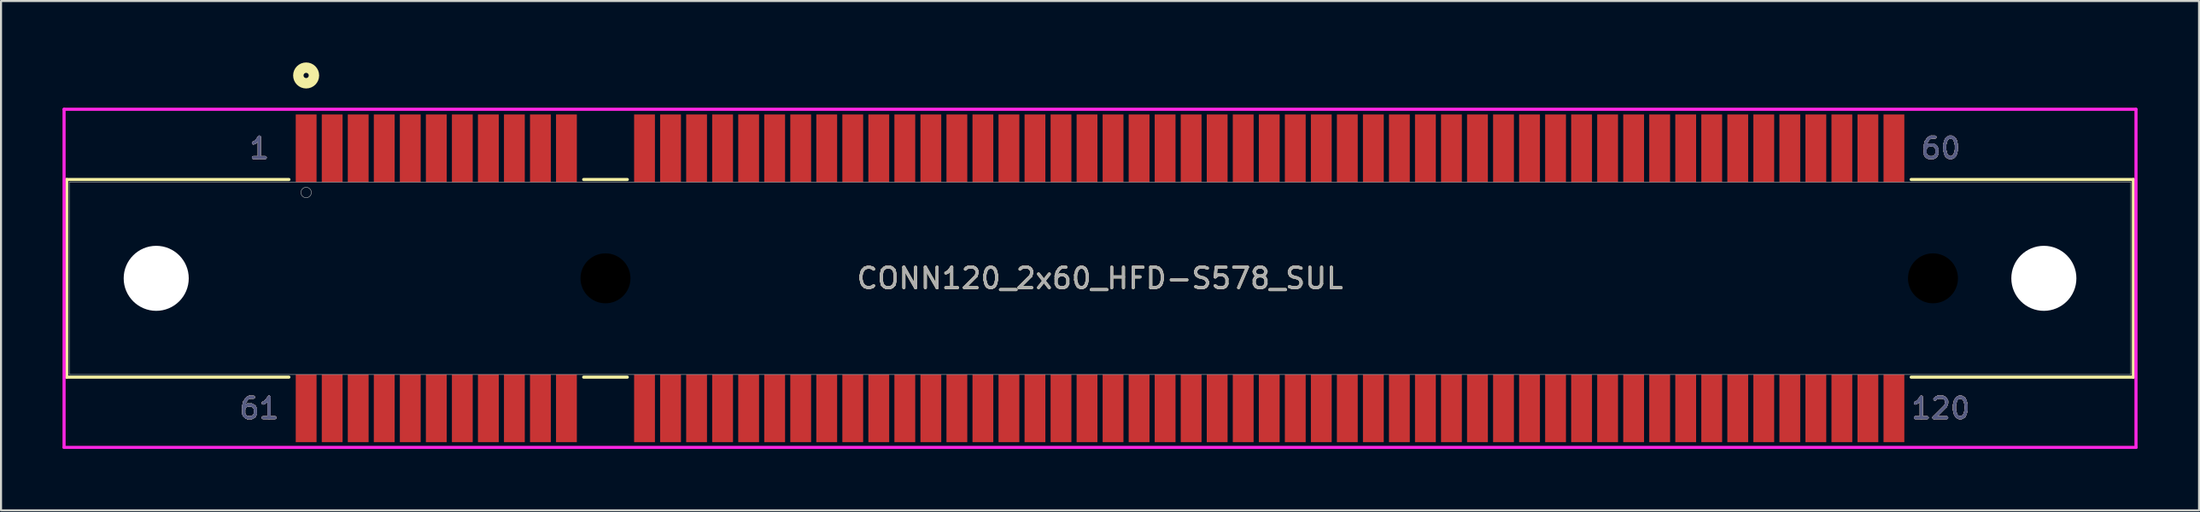
<source format=kicad_pcb>
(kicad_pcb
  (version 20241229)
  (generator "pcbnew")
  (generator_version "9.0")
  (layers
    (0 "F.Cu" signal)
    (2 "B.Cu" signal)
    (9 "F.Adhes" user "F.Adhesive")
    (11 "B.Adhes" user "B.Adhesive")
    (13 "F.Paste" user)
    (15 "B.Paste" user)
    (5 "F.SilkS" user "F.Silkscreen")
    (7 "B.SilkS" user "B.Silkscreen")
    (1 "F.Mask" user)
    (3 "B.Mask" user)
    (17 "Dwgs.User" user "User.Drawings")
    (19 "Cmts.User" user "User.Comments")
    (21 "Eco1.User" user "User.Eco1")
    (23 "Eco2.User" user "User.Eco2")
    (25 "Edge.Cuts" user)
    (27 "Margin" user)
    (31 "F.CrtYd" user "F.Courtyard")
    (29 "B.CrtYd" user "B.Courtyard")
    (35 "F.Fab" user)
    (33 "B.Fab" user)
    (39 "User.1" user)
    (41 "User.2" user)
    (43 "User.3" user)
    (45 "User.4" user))
  (footprint "CONN120_2x60_HFD-S578_SUL"
    (layer "F.Cu")
    (at 50.622 10.541)
    (property "Reference" "CONN120_2x60_HFD-S578_SUL" (at 0 0 0) (unlocked yes) (layer "F.SilkS") (effects (font (size 1 1) (thickness 0.15))))
    (attr smd)
    (fp_line (start -50.419 -4.826) (end -50.419 4.826) (stroke (width 0.152) (type solid)) (layer "F.SilkS"))
    (fp_line (start -50.419 4.826) (end -39.576 4.826) (stroke (width 0.152) (type solid)) (layer "F.SilkS"))
    (fp_line (start -39.576 -4.826) (end -50.419 -4.826) (stroke (width 0.152) (type solid)) (layer "F.SilkS"))
    (fp_line (start -25.194 4.826) (end -23.066 4.826) (stroke (width 0.152) (type solid)) (layer "F.SilkS"))
    (fp_line (start -23.066 -4.826) (end -25.194 -4.826) (stroke (width 0.152) (type solid)) (layer "F.SilkS"))
    (fp_line (start 39.576 4.826) (end 50.419 4.826) (stroke (width 0.152) (type solid)) (layer "F.SilkS"))
    (fp_line (start 50.419 -4.826) (end 39.576 -4.826) (stroke (width 0.152) (type solid)) (layer "F.SilkS"))
    (fp_line (start 50.419 4.826) (end 50.419 -4.826) (stroke (width 0.152) (type solid)) (layer "F.SilkS"))
    (fp_circle (center -38.735 -9.906) (end -38.354 -9.906) (stroke (width 0.508) (type solid)) (fill no) (layer "F.SilkS"))
    (fp_line (start -50.546 -8.255) (end -50.546 8.255) (stroke (width 0.152) (type solid)) (layer "F.CrtYd"))
    (fp_line (start -50.546 8.255) (end 50.546 8.255) (stroke (width 0.152) (type solid)) (layer "F.CrtYd"))
    (fp_line (start 50.546 -8.255) (end -50.546 -8.255) (stroke (width 0.152) (type solid)) (layer "F.CrtYd"))
    (fp_line (start 50.546 8.255) (end 50.546 -8.255) (stroke (width 0.152) (type solid)) (layer "F.CrtYd"))
    (fp_line (start -50.292 -4.699) (end -50.292 4.699) (stroke (width 0.025) (type solid)) (layer "F.Fab"))
    (fp_line (start -50.292 4.699) (end 50.292 4.699) (stroke (width 0.025) (type solid)) (layer "F.Fab"))
    (fp_line (start 50.292 -4.699) (end -50.292 -4.699) (stroke (width 0.025) (type solid)) (layer "F.Fab"))
    (fp_line (start 50.292 4.699) (end 50.292 -4.699) (stroke (width 0.025) (type solid)) (layer "F.Fab"))
    (fp_circle (center -38.735 -4.191) (end -38.481 -4.191) (stroke (width 0.025) (type solid)) (fill no) (layer "F.Fab"))
    (fp_text user "120" (at 41.021 6.35 0) (unlocked yes) (layer "F.SilkS") (effects (font (size 1 1) (thickness 0.15))))
    (fp_text user "1" (at -41.021 -6.35 0) (unlocked yes) (layer "F.SilkS") (effects (font (size 1 1) (thickness 0.15))))
    (fp_text user "61" (at -41.021 6.35 0) (unlocked yes) (layer "F.SilkS") (effects (font (size 1 1) (thickness 0.15))))
    (fp_text user "60" (at 41.021 -6.35 0) (unlocked yes) (layer "F.SilkS") (effects (font (size 1 1) (thickness 0.15))))
    (fp_text user "120" (at 41.021 6.35 0) (unlocked yes) (layer "B.SilkS") (effects (font (size 1 1) (thickness 0.15))))
    (fp_text user "60" (at 41.021 -6.35 0) (unlocked yes) (layer "B.SilkS") (effects (font (size 1 1) (thickness 0.15))))
    (fp_text user "1" (at -41.021 -6.35 0) (unlocked yes) (layer "B.SilkS") (effects (font (size 1 1) (thickness 0.15))))
    (fp_text user "61" (at -41.021 6.35 0) (unlocked yes) (layer "B.SilkS") (effects (font (size 1 1) (thickness 0.15))))
    (fp_text user "61" (at -41.021 6.35 0) (unlocked yes) (layer "B.Fab") (effects (font (size 1 1) (thickness 0.15))))
    (fp_text user "1" (at -41.021 -6.35 0) (unlocked yes) (layer "B.Fab") (effects (font (size 1 1) (thickness 0.15))))
    (fp_text user "60" (at 41.021 -6.35 0) (unlocked yes) (layer "B.Fab") (effects (font (size 1 1) (thickness 0.15))))
    (fp_text user "120" (at 41.021 6.35 0) (unlocked yes) (layer "B.Fab") (effects (font (size 1 1) (thickness 0.15))))
    (fp_text user "${REFERENCE}" (at 0 0 0) (unlocked yes) (layer "F.Fab") (effects (font (size 1 1) (thickness 0.15))))
    (fp_text user "61" (at -41.021 6.35 0) (unlocked yes) (layer "F.Fab") (effects (font (size 1 1) (thickness 0.15))))
    (fp_text user "60" (at 41.021 -6.35 0) (unlocked yes) (layer "F.Fab") (effects (font (size 1 1) (thickness 0.15))))
    (fp_text user "1" (at -41.021 -6.35 0) (unlocked yes) (layer "F.Fab") (effects (font (size 1 1) (thickness 0.15))))
    (fp_text user "120" (at 41.021 6.35 0) (unlocked yes) (layer "F.Fab") (effects (font (size 1 1) (thickness 0.15))))
    (pad "" np_thru_hole circle (at -46.05 0) (size 3.175 3.175) (drill 3.175) (layers "*.Cu" "*.Mask"))
    (pad "" np_thru_hole circle (at -24.13 0) (size 2.438 2.438) (drill 2.438) (layers))
    (pad "" np_thru_hole circle (at 40.64 0) (size 2.438 2.438) (drill 2.438) (layers))
    (pad "" np_thru_hole circle (at 46.05 0) (size 3.175 3.175) (drill 3.175) (layers "*.Cu" "*.Mask"))
    (pad "1" smd rect (at -38.735 -6.35) (size 1.016 3.302) (layers "F.Cu" "F.Mask" "F.Paste"))
    (pad "2" smd rect (at -37.465 -6.35) (size 1.016 3.302) (layers "F.Cu" "F.Mask" "F.Paste"))
    (pad "3" smd rect (at -36.195 -6.35) (size 1.016 3.302) (layers "F.Cu" "F.Mask" "F.Paste"))
    (pad "4" smd rect (at -34.925 -6.35) (size 1.016 3.302) (layers "F.Cu" "F.Mask" "F.Paste"))
    (pad "5" smd rect (at -33.655 -6.35) (size 1.016 3.302) (layers "F.Cu" "F.Mask" "F.Paste"))
    (pad "6" smd rect (at -32.385 -6.35) (size 1.016 3.302) (layers "F.Cu" "F.Mask" "F.Paste"))
    (pad "7" smd rect (at -31.115 -6.35) (size 1.016 3.302) (layers "F.Cu" "F.Mask" "F.Paste"))
    (pad "8" smd rect (at -29.845 -6.35) (size 1.016 3.302) (layers "F.Cu" "F.Mask" "F.Paste"))
    (pad "9" smd rect (at -28.575 -6.35) (size 1.016 3.302) (layers "F.Cu" "F.Mask" "F.Paste"))
    (pad "10" smd rect (at -27.305 -6.35) (size 1.016 3.302) (layers "F.Cu" "F.Mask" "F.Paste"))
    (pad "11" smd rect (at -26.035 -6.35) (size 1.016 3.302) (layers "F.Cu" "F.Mask" "F.Paste"))
    (pad "12" smd rect (at -22.225 -6.35) (size 1.016 3.302) (layers "F.Cu" "F.Mask" "F.Paste"))
    (pad "13" smd rect (at -20.955 -6.35) (size 1.016 3.302) (layers "F.Cu" "F.Mask" "F.Paste"))
    (pad "14" smd rect (at -19.685 -6.35) (size 1.016 3.302) (layers "F.Cu" "F.Mask" "F.Paste"))
    (pad "15" smd rect (at -18.415 -6.35) (size 1.016 3.302) (layers "F.Cu" "F.Mask" "F.Paste"))
    (pad "16" smd rect (at -17.145 -6.35) (size 1.016 3.302) (layers "F.Cu" "F.Mask" "F.Paste"))
    (pad "17" smd rect (at -15.875 -6.35) (size 1.016 3.302) (layers "F.Cu" "F.Mask" "F.Paste"))
    (pad "18" smd rect (at -14.605 -6.35) (size 1.016 3.302) (layers "F.Cu" "F.Mask" "F.Paste"))
    (pad "19" smd rect (at -13.335 -6.35) (size 1.016 3.302) (layers "F.Cu" "F.Mask" "F.Paste"))
    (pad "20" smd rect (at -12.065 -6.35) (size 1.016 3.302) (layers "F.Cu" "F.Mask" "F.Paste"))
    (pad "21" smd rect (at -10.795 -6.35) (size 1.016 3.302) (layers "F.Cu" "F.Mask" "F.Paste"))
    (pad "22" smd rect (at -9.525 -6.35) (size 1.016 3.302) (layers "F.Cu" "F.Mask" "F.Paste"))
    (pad "23" smd rect (at -8.255 -6.35) (size 1.016 3.302) (layers "F.Cu" "F.Mask" "F.Paste"))
    (pad "24" smd rect (at -6.985 -6.35) (size 1.016 3.302) (layers "F.Cu" "F.Mask" "F.Paste"))
    (pad "25" smd rect (at -5.715 -6.35) (size 1.016 3.302) (layers "F.Cu" "F.Mask" "F.Paste"))
    (pad "26" smd rect (at -4.445 -6.35) (size 1.016 3.302) (layers "F.Cu" "F.Mask" "F.Paste"))
    (pad "27" smd rect (at -3.175 -6.35) (size 1.016 3.302) (layers "F.Cu" "F.Mask" "F.Paste"))
    (pad "28" smd rect (at -1.905 -6.35) (size 1.016 3.302) (layers "F.Cu" "F.Mask" "F.Paste"))
    (pad "29" smd rect (at -0.635 -6.35) (size 1.016 3.302) (layers "F.Cu" "F.Mask" "F.Paste"))
    (pad "30" smd rect (at 0.635 -6.35) (size 1.016 3.302) (layers "F.Cu" "F.Mask" "F.Paste"))
    (pad "31" smd rect (at 1.905 -6.35) (size 1.016 3.302) (layers "F.Cu" "F.Mask" "F.Paste"))
    (pad "32" smd rect (at 3.175 -6.35) (size 1.016 3.302) (layers "F.Cu" "F.Mask" "F.Paste"))
    (pad "33" smd rect (at 4.445 -6.35) (size 1.016 3.302) (layers "F.Cu" "F.Mask" "F.Paste"))
    (pad "34" smd rect (at 5.715 -6.35) (size 1.016 3.302) (layers "F.Cu" "F.Mask" "F.Paste"))
    (pad "35" smd rect (at 6.985 -6.35) (size 1.016 3.302) (layers "F.Cu" "F.Mask" "F.Paste"))
    (pad "36" smd rect (at 8.255 -6.35) (size 1.016 3.302) (layers "F.Cu" "F.Mask" "F.Paste"))
    (pad "37" smd rect (at 9.525 -6.35) (size 1.016 3.302) (layers "F.Cu" "F.Mask" "F.Paste"))
    (pad "38" smd rect (at 10.795 -6.35) (size 1.016 3.302) (layers "F.Cu" "F.Mask" "F.Paste"))
    (pad "39" smd rect (at 12.065 -6.35) (size 1.016 3.302) (layers "F.Cu" "F.Mask" "F.Paste"))
    (pad "40" smd rect (at 13.335 -6.35) (size 1.016 3.302) (layers "F.Cu" "F.Mask" "F.Paste"))
    (pad "41" smd rect (at 14.605 -6.35) (size 1.016 3.302) (layers "F.Cu" "F.Mask" "F.Paste"))
    (pad "42" smd rect (at 15.875 -6.35) (size 1.016 3.302) (layers "F.Cu" "F.Mask" "F.Paste"))
    (pad "43" smd rect (at 17.145 -6.35) (size 1.016 3.302) (layers "F.Cu" "F.Mask" "F.Paste"))
    (pad "44" smd rect (at 18.415 -6.35) (size 1.016 3.302) (layers "F.Cu" "F.Mask" "F.Paste"))
    (pad "45" smd rect (at 19.685 -6.35) (size 1.016 3.302) (layers "F.Cu" "F.Mask" "F.Paste"))
    (pad "46" smd rect (at 20.955 -6.35) (size 1.016 3.302) (layers "F.Cu" "F.Mask" "F.Paste"))
    (pad "47" smd rect (at 22.225 -6.35) (size 1.016 3.302) (layers "F.Cu" "F.Mask" "F.Paste"))
    (pad "48" smd rect (at 23.495 -6.35) (size 1.016 3.302) (layers "F.Cu" "F.Mask" "F.Paste"))
    (pad "49" smd rect (at 24.765 -6.35) (size 1.016 3.302) (layers "F.Cu" "F.Mask" "F.Paste"))
    (pad "50" smd rect (at 26.035 -6.35) (size 1.016 3.302) (layers "F.Cu" "F.Mask" "F.Paste"))
    (pad "51" smd rect (at 27.305 -6.35) (size 1.016 3.302) (layers "F.Cu" "F.Mask" "F.Paste"))
    (pad "52" smd rect (at 28.575 -6.35) (size 1.016 3.302) (layers "F.Cu" "F.Mask" "F.Paste"))
    (pad "53" smd rect (at 29.845 -6.35) (size 1.016 3.302) (layers "F.Cu" "F.Mask" "F.Paste"))
    (pad "54" smd rect (at 31.115 -6.35) (size 1.016 3.302) (layers "F.Cu" "F.Mask" "F.Paste"))
    (pad "55" smd rect (at 32.385 -6.35) (size 1.016 3.302) (layers "F.Cu" "F.Mask" "F.Paste"))
    (pad "56" smd rect (at 33.655 -6.35) (size 1.016 3.302) (layers "F.Cu" "F.Mask" "F.Paste"))
    (pad "57" smd rect (at 34.925 -6.35) (size 1.016 3.302) (layers "F.Cu" "F.Mask" "F.Paste"))
    (pad "58" smd rect (at 36.195 -6.35) (size 1.016 3.302) (layers "F.Cu" "F.Mask" "F.Paste"))
    (pad "59" smd rect (at 37.465 -6.35) (size 1.016 3.302) (layers "F.Cu" "F.Mask" "F.Paste"))
    (pad "60" smd rect (at 38.735 -6.35) (size 1.016 3.302) (layers "F.Cu" "F.Mask" "F.Paste"))
    (pad "61" smd rect (at -38.735 6.35) (size 1.016 3.302) (layers "F.Cu" "F.Mask" "F.Paste"))
    (pad "62" smd rect (at -37.465 6.35) (size 1.016 3.302) (layers "F.Cu" "F.Mask" "F.Paste"))
    (pad "63" smd rect (at -36.195 6.35) (size 1.016 3.302) (layers "F.Cu" "F.Mask" "F.Paste"))
    (pad "64" smd rect (at -34.925 6.35) (size 1.016 3.302) (layers "F.Cu" "F.Mask" "F.Paste"))
    (pad "65" smd rect (at -33.655 6.35) (size 1.016 3.302) (layers "F.Cu" "F.Mask" "F.Paste"))
    (pad "66" smd rect (at -32.385 6.35) (size 1.016 3.302) (layers "F.Cu" "F.Mask" "F.Paste"))
    (pad "67" smd rect (at -31.115 6.35) (size 1.016 3.302) (layers "F.Cu" "F.Mask" "F.Paste"))
    (pad "68" smd rect (at -29.845 6.35) (size 1.016 3.302) (layers "F.Cu" "F.Mask" "F.Paste"))
    (pad "69" smd rect (at -28.575 6.35) (size 1.016 3.302) (layers "F.Cu" "F.Mask" "F.Paste"))
    (pad "70" smd rect (at -27.305 6.35) (size 1.016 3.302) (layers "F.Cu" "F.Mask" "F.Paste"))
    (pad "71" smd rect (at -26.035 6.35) (size 1.016 3.302) (layers "F.Cu" "F.Mask" "F.Paste"))
    (pad "72" smd rect (at -22.225 6.35) (size 1.016 3.302) (layers "F.Cu" "F.Mask" "F.Paste"))
    (pad "73" smd rect (at -20.955 6.35) (size 1.016 3.302) (layers "F.Cu" "F.Mask" "F.Paste"))
    (pad "74" smd rect (at -19.685 6.35) (size 1.016 3.302) (layers "F.Cu" "F.Mask" "F.Paste"))
    (pad "75" smd rect (at -18.415 6.35) (size 1.016 3.302) (layers "F.Cu" "F.Mask" "F.Paste"))
    (pad "76" smd rect (at -17.145 6.35) (size 1.016 3.302) (layers "F.Cu" "F.Mask" "F.Paste"))
    (pad "77" smd rect (at -15.875 6.35) (size 1.016 3.302) (layers "F.Cu" "F.Mask" "F.Paste"))
    (pad "78" smd rect (at -14.605 6.35) (size 1.016 3.302) (layers "F.Cu" "F.Mask" "F.Paste"))
    (pad "79" smd rect (at -13.335 6.35) (size 1.016 3.302) (layers "F.Cu" "F.Mask" "F.Paste"))
    (pad "80" smd rect (at -12.065 6.35) (size 1.016 3.302) (layers "F.Cu" "F.Mask" "F.Paste"))
    (pad "81" smd rect (at -10.795 6.35) (size 1.016 3.302) (layers "F.Cu" "F.Mask" "F.Paste"))
    (pad "82" smd rect (at -9.525 6.35) (size 1.016 3.302) (layers "F.Cu" "F.Mask" "F.Paste"))
    (pad "83" smd rect (at -8.255 6.35) (size 1.016 3.302) (layers "F.Cu" "F.Mask" "F.Paste"))
    (pad "84" smd rect (at -6.985 6.35) (size 1.016 3.302) (layers "F.Cu" "F.Mask" "F.Paste"))
    (pad "85" smd rect (at -5.715 6.35) (size 1.016 3.302) (layers "F.Cu" "F.Mask" "F.Paste"))
    (pad "86" smd rect (at -4.445 6.35) (size 1.016 3.302) (layers "F.Cu" "F.Mask" "F.Paste"))
    (pad "87" smd rect (at -3.175 6.35) (size 1.016 3.302) (layers "F.Cu" "F.Mask" "F.Paste"))
    (pad "88" smd rect (at -1.905 6.35) (size 1.016 3.302) (layers "F.Cu" "F.Mask" "F.Paste"))
    (pad "89" smd rect (at -0.635 6.35) (size 1.016 3.302) (layers "F.Cu" "F.Mask" "F.Paste"))
    (pad "90" smd rect (at 0.635 6.35) (size 1.016 3.302) (layers "F.Cu" "F.Mask" "F.Paste"))
    (pad "91" smd rect (at 1.905 6.35) (size 1.016 3.302) (layers "F.Cu" "F.Mask" "F.Paste"))
    (pad "92" smd rect (at 3.175 6.35) (size 1.016 3.302) (layers "F.Cu" "F.Mask" "F.Paste"))
    (pad "93" smd rect (at 4.445 6.35) (size 1.016 3.302) (layers "F.Cu" "F.Mask" "F.Paste"))
    (pad "94" smd rect (at 5.715 6.35) (size 1.016 3.302) (layers "F.Cu" "F.Mask" "F.Paste"))
    (pad "95" smd rect (at 6.985 6.35) (size 1.016 3.302) (layers "F.Cu" "F.Mask" "F.Paste"))
    (pad "96" smd rect (at 8.255 6.35) (size 1.016 3.302) (layers "F.Cu" "F.Mask" "F.Paste"))
    (pad "97" smd rect (at 9.525 6.35) (size 1.016 3.302) (layers "F.Cu" "F.Mask" "F.Paste"))
    (pad "98" smd rect (at 10.795 6.35) (size 1.016 3.302) (layers "F.Cu" "F.Mask" "F.Paste"))
    (pad "99" smd rect (at 12.065 6.35) (size 1.016 3.302) (layers "F.Cu" "F.Mask" "F.Paste"))
    (pad "100" smd rect (at 13.335 6.35) (size 1.016 3.302) (layers "F.Cu" "F.Mask" "F.Paste"))
    (pad "101" smd rect (at 14.605 6.35) (size 1.016 3.302) (layers "F.Cu" "F.Mask" "F.Paste"))
    (pad "102" smd rect (at 15.875 6.35) (size 1.016 3.302) (layers "F.Cu" "F.Mask" "F.Paste"))
    (pad "103" smd rect (at 17.145 6.35) (size 1.016 3.302) (layers "F.Cu" "F.Mask" "F.Paste"))
    (pad "104" smd rect (at 18.415 6.35) (size 1.016 3.302) (layers "F.Cu" "F.Mask" "F.Paste"))
    (pad "105" smd rect (at 19.685 6.35) (size 1.016 3.302) (layers "F.Cu" "F.Mask" "F.Paste"))
    (pad "106" smd rect (at 20.955 6.35) (size 1.016 3.302) (layers "F.Cu" "F.Mask" "F.Paste"))
    (pad "107" smd rect (at 22.225 6.35) (size 1.016 3.302) (layers "F.Cu" "F.Mask" "F.Paste"))
    (pad "108" smd rect (at 23.495 6.35) (size 1.016 3.302) (layers "F.Cu" "F.Mask" "F.Paste"))
    (pad "109" smd rect (at 24.765 6.35) (size 1.016 3.302) (layers "F.Cu" "F.Mask" "F.Paste"))
    (pad "110" smd rect (at 26.035 6.35) (size 1.016 3.302) (layers "F.Cu" "F.Mask" "F.Paste"))
    (pad "111" smd rect (at 27.305 6.35) (size 1.016 3.302) (layers "F.Cu" "F.Mask" "F.Paste"))
    (pad "112" smd rect (at 28.575 6.35) (size 1.016 3.302) (layers "F.Cu" "F.Mask" "F.Paste"))
    (pad "113" smd rect (at 29.845 6.35) (size 1.016 3.302) (layers "F.Cu" "F.Mask" "F.Paste"))
    (pad "114" smd rect (at 31.115 6.35) (size 1.016 3.302) (layers "F.Cu" "F.Mask" "F.Paste"))
    (pad "115" smd rect (at 32.385 6.35) (size 1.016 3.302) (layers "F.Cu" "F.Mask" "F.Paste"))
    (pad "116" smd rect (at 33.655 6.35) (size 1.016 3.302) (layers "F.Cu" "F.Mask" "F.Paste"))
    (pad "117" smd rect (at 34.925 6.35) (size 1.016 3.302) (layers "F.Cu" "F.Mask" "F.Paste"))
    (pad "118" smd rect (at 36.195 6.35) (size 1.016 3.302) (layers "F.Cu" "F.Mask" "F.Paste"))
    (pad "119" smd rect (at 37.465 6.35) (size 1.016 3.302) (layers "F.Cu" "F.Mask" "F.Paste"))
    (pad "120" smd rect (at 38.735 6.35) (size 1.016 3.302) (layers "F.Cu" "F.Mask" "F.Paste")))
  (gr_rect
    (start -3 -3)
    (end 104.244 21.872)
    (stroke (width 0.1) (type default))
    (fill no)
    (layer "Edge.Cuts")))
</source>
